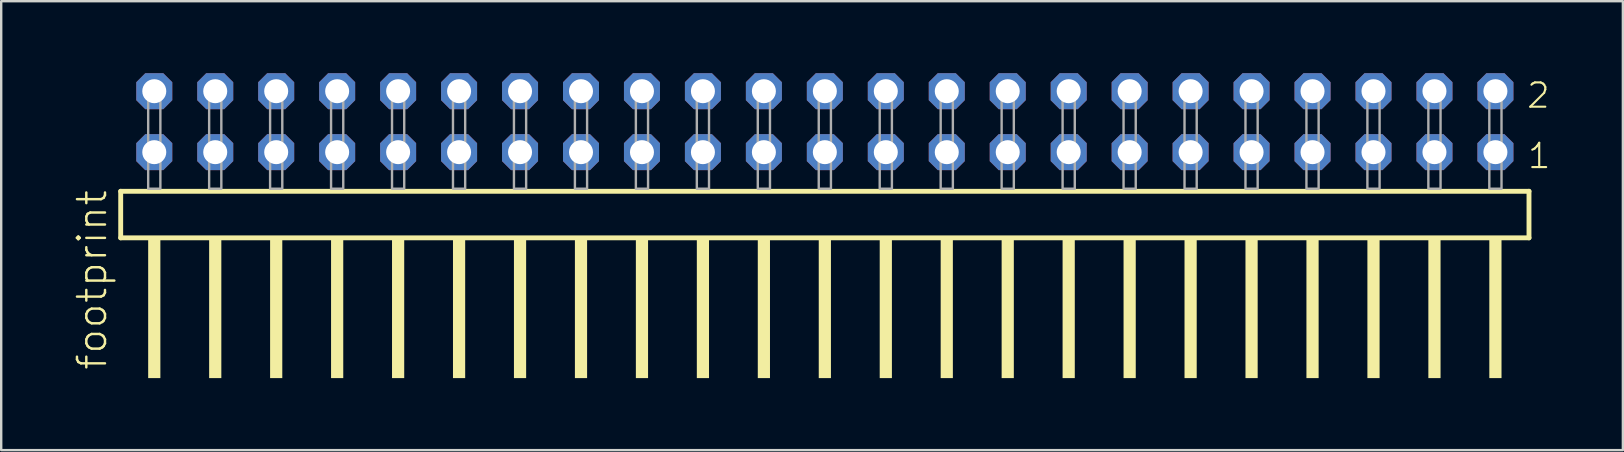
<source format=kicad_pcb>
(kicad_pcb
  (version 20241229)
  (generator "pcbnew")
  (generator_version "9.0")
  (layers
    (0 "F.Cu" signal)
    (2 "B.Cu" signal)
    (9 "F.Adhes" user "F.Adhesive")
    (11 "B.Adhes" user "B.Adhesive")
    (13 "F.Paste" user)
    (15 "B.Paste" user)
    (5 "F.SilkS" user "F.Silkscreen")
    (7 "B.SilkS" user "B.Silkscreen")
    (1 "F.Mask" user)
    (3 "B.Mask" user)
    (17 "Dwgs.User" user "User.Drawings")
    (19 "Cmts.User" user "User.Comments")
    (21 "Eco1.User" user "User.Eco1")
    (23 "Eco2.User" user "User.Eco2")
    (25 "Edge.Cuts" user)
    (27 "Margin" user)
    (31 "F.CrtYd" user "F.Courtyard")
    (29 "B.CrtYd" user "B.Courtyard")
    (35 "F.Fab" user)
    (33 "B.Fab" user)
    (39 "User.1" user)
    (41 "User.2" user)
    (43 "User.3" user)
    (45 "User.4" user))
  (footprint "footprint"
    (layer "F.Cu")
    (at 31.318 4.814)
    (property "Reference" "footprint" (at -29.845 7.62 90) (layer "F.SilkS") (effects (font (size 1.168 1.168) (thickness 0.102)) (justify left bottom)))
    (fp_line (start -29.339 0.106) (end -29.339 2.046) (stroke (width 0.203) (type solid)) (layer "F.SilkS"))
    (fp_line (start -29.339 2.046) (end 29.339 2.046) (stroke (width 0.203) (type solid)) (layer "F.SilkS"))
    (fp_line (start 29.339 0.106) (end -29.339 0.106) (stroke (width 0.203) (type solid)) (layer "F.SilkS"))
    (fp_line (start 29.339 2.046) (end 29.339 0.106) (stroke (width 0.203) (type solid)) (layer "F.SilkS"))
    (fp_poly (pts (xy -28.194 7.89) (xy -27.686 7.89) (xy -27.686 2.04) (xy -28.194 2.04)) (stroke (width 0) (type solid)) (fill yes) (layer "F.SilkS"))
    (fp_poly (pts (xy -25.654 7.89) (xy -25.146 7.89) (xy -25.146 2.04) (xy -25.654 2.04)) (stroke (width 0) (type solid)) (fill yes) (layer "F.SilkS"))
    (fp_poly (pts (xy -23.114 7.89) (xy -22.606 7.89) (xy -22.606 2.04) (xy -23.114 2.04)) (stroke (width 0) (type solid)) (fill yes) (layer "F.SilkS"))
    (fp_poly (pts (xy -20.574 7.89) (xy -20.066 7.89) (xy -20.066 2.04) (xy -20.574 2.04)) (stroke (width 0) (type solid)) (fill yes) (layer "F.SilkS"))
    (fp_poly (pts (xy -18.034 7.89) (xy -17.526 7.89) (xy -17.526 2.04) (xy -18.034 2.04)) (stroke (width 0) (type solid)) (fill yes) (layer "F.SilkS"))
    (fp_poly (pts (xy -15.494 7.89) (xy -14.986 7.89) (xy -14.986 2.04) (xy -15.494 2.04)) (stroke (width 0) (type solid)) (fill yes) (layer "F.SilkS"))
    (fp_poly (pts (xy -12.954 7.89) (xy -12.446 7.89) (xy -12.446 2.04) (xy -12.954 2.04)) (stroke (width 0) (type solid)) (fill yes) (layer "F.SilkS"))
    (fp_poly (pts (xy -10.414 7.89) (xy -9.906 7.89) (xy -9.906 2.04) (xy -10.414 2.04)) (stroke (width 0) (type solid)) (fill yes) (layer "F.SilkS"))
    (fp_poly (pts (xy -7.874 7.89) (xy -7.366 7.89) (xy -7.366 2.04) (xy -7.874 2.04)) (stroke (width 0) (type solid)) (fill yes) (layer "F.SilkS"))
    (fp_poly (pts (xy -5.334 7.89) (xy -4.826 7.89) (xy -4.826 2.04) (xy -5.334 2.04)) (stroke (width 0) (type solid)) (fill yes) (layer "F.SilkS"))
    (fp_poly (pts (xy -2.794 7.89) (xy -2.286 7.89) (xy -2.286 2.04) (xy -2.794 2.04)) (stroke (width 0) (type solid)) (fill yes) (layer "F.SilkS"))
    (fp_poly (pts (xy -0.254 7.89) (xy 0.254 7.89) (xy 0.254 2.04) (xy -0.254 2.04)) (stroke (width 0) (type solid)) (fill yes) (layer "F.SilkS"))
    (fp_poly (pts (xy 2.286 7.89) (xy 2.794 7.89) (xy 2.794 2.04) (xy 2.286 2.04)) (stroke (width 0) (type solid)) (fill yes) (layer "F.SilkS"))
    (fp_poly (pts (xy 4.826 7.89) (xy 5.334 7.89) (xy 5.334 2.04) (xy 4.826 2.04)) (stroke (width 0) (type solid)) (fill yes) (layer "F.SilkS"))
    (fp_poly (pts (xy 7.366 7.89) (xy 7.874 7.89) (xy 7.874 2.04) (xy 7.366 2.04)) (stroke (width 0) (type solid)) (fill yes) (layer "F.SilkS"))
    (fp_poly (pts (xy 9.906 7.89) (xy 10.414 7.89) (xy 10.414 2.04) (xy 9.906 2.04)) (stroke (width 0) (type solid)) (fill yes) (layer "F.SilkS"))
    (fp_poly (pts (xy 12.446 7.89) (xy 12.954 7.89) (xy 12.954 2.04) (xy 12.446 2.04)) (stroke (width 0) (type solid)) (fill yes) (layer "F.SilkS"))
    (fp_poly (pts (xy 14.986 7.89) (xy 15.494 7.89) (xy 15.494 2.04) (xy 14.986 2.04)) (stroke (width 0) (type solid)) (fill yes) (layer "F.SilkS"))
    (fp_poly (pts (xy 17.526 7.89) (xy 18.034 7.89) (xy 18.034 2.04) (xy 17.526 2.04)) (stroke (width 0) (type solid)) (fill yes) (layer "F.SilkS"))
    (fp_poly (pts (xy 20.066 7.89) (xy 20.574 7.89) (xy 20.574 2.04) (xy 20.066 2.04)) (stroke (width 0) (type solid)) (fill yes) (layer "F.SilkS"))
    (fp_poly (pts (xy 22.606 7.89) (xy 23.114 7.89) (xy 23.114 2.04) (xy 22.606 2.04)) (stroke (width 0) (type solid)) (fill yes) (layer "F.SilkS"))
    (fp_poly (pts (xy 25.146 7.89) (xy 25.654 7.89) (xy 25.654 2.04) (xy 25.146 2.04)) (stroke (width 0) (type solid)) (fill yes) (layer "F.SilkS"))
    (fp_poly (pts (xy 27.686 7.89) (xy 28.194 7.89) (xy 28.194 2.04) (xy 27.686 2.04)) (stroke (width 0) (type solid)) (fill yes) (layer "F.SilkS"))
    (fp_poly (pts (xy -28.194 0) (xy -27.686 0) (xy -27.686 -4.318) (xy -28.194 -4.318)) (stroke (width 0.1) (type solid)) (fill no) (layer "F.Fab"))
    (fp_poly (pts (xy -25.654 0) (xy -25.146 0) (xy -25.146 -4.318) (xy -25.654 -4.318)) (stroke (width 0.1) (type solid)) (fill no) (layer "F.Fab"))
    (fp_poly (pts (xy -23.114 0) (xy -22.606 0) (xy -22.606 -4.318) (xy -23.114 -4.318)) (stroke (width 0.1) (type solid)) (fill no) (layer "F.Fab"))
    (fp_poly (pts (xy -20.574 0) (xy -20.066 0) (xy -20.066 -4.318) (xy -20.574 -4.318)) (stroke (width 0.1) (type solid)) (fill no) (layer "F.Fab"))
    (fp_poly (pts (xy -18.034 0) (xy -17.526 0) (xy -17.526 -4.318) (xy -18.034 -4.318)) (stroke (width 0.1) (type solid)) (fill no) (layer "F.Fab"))
    (fp_poly (pts (xy -15.494 0) (xy -14.986 0) (xy -14.986 -4.318) (xy -15.494 -4.318)) (stroke (width 0.1) (type solid)) (fill no) (layer "F.Fab"))
    (fp_poly (pts (xy -12.954 0) (xy -12.446 0) (xy -12.446 -4.318) (xy -12.954 -4.318)) (stroke (width 0.1) (type solid)) (fill no) (layer "F.Fab"))
    (fp_poly (pts (xy -10.414 0) (xy -9.906 0) (xy -9.906 -4.318) (xy -10.414 -4.318)) (stroke (width 0.1) (type solid)) (fill no) (layer "F.Fab"))
    (fp_poly (pts (xy -7.874 0) (xy -7.366 0) (xy -7.366 -4.318) (xy -7.874 -4.318)) (stroke (width 0.1) (type solid)) (fill no) (layer "F.Fab"))
    (fp_poly (pts (xy -5.334 0) (xy -4.826 0) (xy -4.826 -4.318) (xy -5.334 -4.318)) (stroke (width 0.1) (type solid)) (fill no) (layer "F.Fab"))
    (fp_poly (pts (xy -2.794 0) (xy -2.286 0) (xy -2.286 -4.318) (xy -2.794 -4.318)) (stroke (width 0.1) (type solid)) (fill no) (layer "F.Fab"))
    (fp_poly (pts (xy -0.254 0) (xy 0.254 0) (xy 0.254 -4.318) (xy -0.254 -4.318)) (stroke (width 0.1) (type solid)) (fill no) (layer "F.Fab"))
    (fp_poly (pts (xy 2.286 0) (xy 2.794 0) (xy 2.794 -4.318) (xy 2.286 -4.318)) (stroke (width 0.1) (type solid)) (fill no) (layer "F.Fab"))
    (fp_poly (pts (xy 4.826 0) (xy 5.334 0) (xy 5.334 -4.318) (xy 4.826 -4.318)) (stroke (width 0.1) (type solid)) (fill no) (layer "F.Fab"))
    (fp_poly (pts (xy 7.366 0) (xy 7.874 0) (xy 7.874 -4.318) (xy 7.366 -4.318)) (stroke (width 0.1) (type solid)) (fill no) (layer "F.Fab"))
    (fp_poly (pts (xy 9.906 0) (xy 10.414 0) (xy 10.414 -4.318) (xy 9.906 -4.318)) (stroke (width 0.1) (type solid)) (fill no) (layer "F.Fab"))
    (fp_poly (pts (xy 12.446 0) (xy 12.954 0) (xy 12.954 -4.318) (xy 12.446 -4.318)) (stroke (width 0.1) (type solid)) (fill no) (layer "F.Fab"))
    (fp_poly (pts (xy 14.986 0) (xy 15.494 0) (xy 15.494 -4.318) (xy 14.986 -4.318)) (stroke (width 0.1) (type solid)) (fill no) (layer "F.Fab"))
    (fp_poly (pts (xy 17.526 0) (xy 18.034 0) (xy 18.034 -4.318) (xy 17.526 -4.318)) (stroke (width 0.1) (type solid)) (fill no) (layer "F.Fab"))
    (fp_poly (pts (xy 20.066 0) (xy 20.574 0) (xy 20.574 -4.318) (xy 20.066 -4.318)) (stroke (width 0.1) (type solid)) (fill no) (layer "F.Fab"))
    (fp_poly (pts (xy 22.606 0) (xy 23.114 0) (xy 23.114 -4.318) (xy 22.606 -4.318)) (stroke (width 0.1) (type solid)) (fill no) (layer "F.Fab"))
    (fp_poly (pts (xy 25.146 0) (xy 25.654 0) (xy 25.654 -4.318) (xy 25.146 -4.318)) (stroke (width 0.1) (type solid)) (fill no) (layer "F.Fab"))
    (fp_poly (pts (xy 27.686 0) (xy 28.194 0) (xy 28.194 -4.318) (xy 27.686 -4.318)) (stroke (width 0.1) (type solid)) (fill no) (layer "F.Fab"))
    (fp_text user "1" (at 29.225 -0.775 0) (layer "F.SilkS") (effects (font (size 1.012 1.012) (thickness 0.088)) (justify left bottom)))
    (fp_text user "2" (at 29.19 -3.29 0) (layer "F.SilkS") (effects (font (size 1.012 1.012) (thickness 0.088)) (justify left bottom)))
    (pad "1" thru_hole roundrect (at 27.94 -1.524 180) (size 1.5 1.5) (drill 1) (layers "*.Cu" "*.Mask") (roundrect_rratio 0.25) (chamfer_ratio 0.25) (chamfer top_left top_right bottom_left bottom_right))
    (pad "2" thru_hole roundrect (at 27.94 -4.064 180) (size 1.5 1.5) (drill 1) (layers "*.Cu" "*.Mask") (roundrect_rratio 0.25) (chamfer_ratio 0.25) (chamfer top_left top_right bottom_left bottom_right))
    (pad "3" thru_hole roundrect (at 25.4 -1.524 180) (size 1.5 1.5) (drill 1) (layers "*.Cu" "*.Mask") (roundrect_rratio 0.25) (chamfer_ratio 0.25) (chamfer top_left top_right bottom_left bottom_right))
    (pad "4" thru_hole roundrect (at 25.4 -4.064 180) (size 1.5 1.5) (drill 1) (layers "*.Cu" "*.Mask") (roundrect_rratio 0.25) (chamfer_ratio 0.25) (chamfer top_left top_right bottom_left bottom_right))
    (pad "5" thru_hole roundrect (at 22.86 -1.524 180) (size 1.5 1.5) (drill 1) (layers "*.Cu" "*.Mask") (roundrect_rratio 0.25) (chamfer_ratio 0.25) (chamfer top_left top_right bottom_left bottom_right))
    (pad "6" thru_hole roundrect (at 22.86 -4.064 180) (size 1.5 1.5) (drill 1) (layers "*.Cu" "*.Mask") (roundrect_rratio 0.25) (chamfer_ratio 0.25) (chamfer top_left top_right bottom_left bottom_right))
    (pad "7" thru_hole roundrect (at 20.32 -1.524 180) (size 1.5 1.5) (drill 1) (layers "*.Cu" "*.Mask") (roundrect_rratio 0.25) (chamfer_ratio 0.25) (chamfer top_left top_right bottom_left bottom_right))
    (pad "8" thru_hole roundrect (at 20.32 -4.064 180) (size 1.5 1.5) (drill 1) (layers "*.Cu" "*.Mask") (roundrect_rratio 0.25) (chamfer_ratio 0.25) (chamfer top_left top_right bottom_left bottom_right))
    (pad "9" thru_hole roundrect (at 17.78 -1.524 180) (size 1.5 1.5) (drill 1) (layers "*.Cu" "*.Mask") (roundrect_rratio 0.25) (chamfer_ratio 0.25) (chamfer top_left top_right bottom_left bottom_right))
    (pad "10" thru_hole roundrect (at 17.78 -4.064 180) (size 1.5 1.5) (drill 1) (layers "*.Cu" "*.Mask") (roundrect_rratio 0.25) (chamfer_ratio 0.25) (chamfer top_left top_right bottom_left bottom_right))
    (pad "11" thru_hole roundrect (at 15.24 -1.524 180) (size 1.5 1.5) (drill 1) (layers "*.Cu" "*.Mask") (roundrect_rratio 0.25) (chamfer_ratio 0.25) (chamfer top_left top_right bottom_left bottom_right))
    (pad "12" thru_hole roundrect (at 15.24 -4.064 180) (size 1.5 1.5) (drill 1) (layers "*.Cu" "*.Mask") (roundrect_rratio 0.25) (chamfer_ratio 0.25) (chamfer top_left top_right bottom_left bottom_right))
    (pad "13" thru_hole roundrect (at 12.7 -1.524 180) (size 1.5 1.5) (drill 1) (layers "*.Cu" "*.Mask") (roundrect_rratio 0.25) (chamfer_ratio 0.25) (chamfer top_left top_right bottom_left bottom_right))
    (pad "14" thru_hole roundrect (at 12.7 -4.064 180) (size 1.5 1.5) (drill 1) (layers "*.Cu" "*.Mask") (roundrect_rratio 0.25) (chamfer_ratio 0.25) (chamfer top_left top_right bottom_left bottom_right))
    (pad "15" thru_hole roundrect (at 10.16 -1.524 180) (size 1.5 1.5) (drill 1) (layers "*.Cu" "*.Mask") (roundrect_rratio 0.25) (chamfer_ratio 0.25) (chamfer top_left top_right bottom_left bottom_right))
    (pad "16" thru_hole roundrect (at 10.16 -4.064 180) (size 1.5 1.5) (drill 1) (layers "*.Cu" "*.Mask") (roundrect_rratio 0.25) (chamfer_ratio 0.25) (chamfer top_left top_right bottom_left bottom_right))
    (pad "17" thru_hole roundrect (at 7.62 -1.524 180) (size 1.5 1.5) (drill 1) (layers "*.Cu" "*.Mask") (roundrect_rratio 0.25) (chamfer_ratio 0.25) (chamfer top_left top_right bottom_left bottom_right))
    (pad "18" thru_hole roundrect (at 7.62 -4.064 180) (size 1.5 1.5) (drill 1) (layers "*.Cu" "*.Mask") (roundrect_rratio 0.25) (chamfer_ratio 0.25) (chamfer top_left top_right bottom_left bottom_right))
    (pad "19" thru_hole roundrect (at 5.08 -1.524 180) (size 1.5 1.5) (drill 1) (layers "*.Cu" "*.Mask") (roundrect_rratio 0.25) (chamfer_ratio 0.25) (chamfer top_left top_right bottom_left bottom_right))
    (pad "20" thru_hole roundrect (at 5.08 -4.064 180) (size 1.5 1.5) (drill 1) (layers "*.Cu" "*.Mask") (roundrect_rratio 0.25) (chamfer_ratio 0.25) (chamfer top_left top_right bottom_left bottom_right))
    (pad "21" thru_hole roundrect (at 2.54 -1.524 180) (size 1.5 1.5) (drill 1) (layers "*.Cu" "*.Mask") (roundrect_rratio 0.25) (chamfer_ratio 0.25) (chamfer top_left top_right bottom_left bottom_right))
    (pad "22" thru_hole roundrect (at 2.54 -4.064 180) (size 1.5 1.5) (drill 1) (layers "*.Cu" "*.Mask") (roundrect_rratio 0.25) (chamfer_ratio 0.25) (chamfer top_left top_right bottom_left bottom_right))
    (pad "23" thru_hole roundrect (at 0 -1.524 180) (size 1.5 1.5) (drill 1) (layers "*.Cu" "*.Mask") (roundrect_rratio 0.25) (chamfer_ratio 0.25) (chamfer top_left top_right bottom_left bottom_right))
    (pad "24" thru_hole roundrect (at 0 -4.064 180) (size 1.5 1.5) (drill 1) (layers "*.Cu" "*.Mask") (roundrect_rratio 0.25) (chamfer_ratio 0.25) (chamfer top_left top_right bottom_left bottom_right))
    (pad "25" thru_hole roundrect (at -2.54 -1.524 180) (size 1.5 1.5) (drill 1) (layers "*.Cu" "*.Mask") (roundrect_rratio 0.25) (chamfer_ratio 0.25) (chamfer top_left top_right bottom_left bottom_right))
    (pad "26" thru_hole roundrect (at -2.54 -4.064 180) (size 1.5 1.5) (drill 1) (layers "*.Cu" "*.Mask") (roundrect_rratio 0.25) (chamfer_ratio 0.25) (chamfer top_left top_right bottom_left bottom_right))
    (pad "27" thru_hole roundrect (at -5.08 -1.524 180) (size 1.5 1.5) (drill 1) (layers "*.Cu" "*.Mask") (roundrect_rratio 0.25) (chamfer_ratio 0.25) (chamfer top_left top_right bottom_left bottom_right))
    (pad "28" thru_hole roundrect (at -5.08 -4.064 180) (size 1.5 1.5) (drill 1) (layers "*.Cu" "*.Mask") (roundrect_rratio 0.25) (chamfer_ratio 0.25) (chamfer top_left top_right bottom_left bottom_right))
    (pad "29" thru_hole roundrect (at -7.62 -1.524 180) (size 1.5 1.5) (drill 1) (layers "*.Cu" "*.Mask") (roundrect_rratio 0.25) (chamfer_ratio 0.25) (chamfer top_left top_right bottom_left bottom_right))
    (pad "30" thru_hole roundrect (at -7.62 -4.064 180) (size 1.5 1.5) (drill 1) (layers "*.Cu" "*.Mask") (roundrect_rratio 0.25) (chamfer_ratio 0.25) (chamfer top_left top_right bottom_left bottom_right))
    (pad "31" thru_hole roundrect (at -10.16 -1.524 180) (size 1.5 1.5) (drill 1) (layers "*.Cu" "*.Mask") (roundrect_rratio 0.25) (chamfer_ratio 0.25) (chamfer top_left top_right bottom_left bottom_right))
    (pad "32" thru_hole roundrect (at -10.16 -4.064 180) (size 1.5 1.5) (drill 1) (layers "*.Cu" "*.Mask") (roundrect_rratio 0.25) (chamfer_ratio 0.25) (chamfer top_left top_right bottom_left bottom_right))
    (pad "33" thru_hole roundrect (at -12.7 -1.524 180) (size 1.5 1.5) (drill 1) (layers "*.Cu" "*.Mask") (roundrect_rratio 0.25) (chamfer_ratio 0.25) (chamfer top_left top_right bottom_left bottom_right))
    (pad "34" thru_hole roundrect (at -12.7 -4.064 180) (size 1.5 1.5) (drill 1) (layers "*.Cu" "*.Mask") (roundrect_rratio 0.25) (chamfer_ratio 0.25) (chamfer top_left top_right bottom_left bottom_right))
    (pad "35" thru_hole roundrect (at -15.24 -1.524 180) (size 1.5 1.5) (drill 1) (layers "*.Cu" "*.Mask") (roundrect_rratio 0.25) (chamfer_ratio 0.25) (chamfer top_left top_right bottom_left bottom_right))
    (pad "36" thru_hole roundrect (at -15.24 -4.064 180) (size 1.5 1.5) (drill 1) (layers "*.Cu" "*.Mask") (roundrect_rratio 0.25) (chamfer_ratio 0.25) (chamfer top_left top_right bottom_left bottom_right))
    (pad "37" thru_hole roundrect (at -17.78 -1.524 180) (size 1.5 1.5) (drill 1) (layers "*.Cu" "*.Mask") (roundrect_rratio 0.25) (chamfer_ratio 0.25) (chamfer top_left top_right bottom_left bottom_right))
    (pad "38" thru_hole roundrect (at -17.78 -4.064 180) (size 1.5 1.5) (drill 1) (layers "*.Cu" "*.Mask") (roundrect_rratio 0.25) (chamfer_ratio 0.25) (chamfer top_left top_right bottom_left bottom_right))
    (pad "39" thru_hole roundrect (at -20.32 -1.524 180) (size 1.5 1.5) (drill 1) (layers "*.Cu" "*.Mask") (roundrect_rratio 0.25) (chamfer_ratio 0.25) (chamfer top_left top_right bottom_left bottom_right))
    (pad "40" thru_hole roundrect (at -20.32 -4.064 180) (size 1.5 1.5) (drill 1) (layers "*.Cu" "*.Mask") (roundrect_rratio 0.25) (chamfer_ratio 0.25) (chamfer top_left top_right bottom_left bottom_right))
    (pad "41" thru_hole roundrect (at -22.86 -1.524 180) (size 1.5 1.5) (drill 1) (layers "*.Cu" "*.Mask") (roundrect_rratio 0.25) (chamfer_ratio 0.25) (chamfer top_left top_right bottom_left bottom_right))
    (pad "42" thru_hole roundrect (at -22.86 -4.064 180) (size 1.5 1.5) (drill 1) (layers "*.Cu" "*.Mask") (roundrect_rratio 0.25) (chamfer_ratio 0.25) (chamfer top_left top_right bottom_left bottom_right))
    (pad "43" thru_hole roundrect (at -25.4 -1.524 180) (size 1.5 1.5) (drill 1) (layers "*.Cu" "*.Mask") (roundrect_rratio 0.25) (chamfer_ratio 0.25) (chamfer top_left top_right bottom_left bottom_right))
    (pad "44" thru_hole roundrect (at -25.4 -4.064 180) (size 1.5 1.5) (drill 1) (layers "*.Cu" "*.Mask") (roundrect_rratio 0.25) (chamfer_ratio 0.25) (chamfer top_left top_right bottom_left bottom_right))
    (pad "45" thru_hole roundrect (at -27.94 -1.524 180) (size 1.5 1.5) (drill 1) (layers "*.Cu" "*.Mask") (roundrect_rratio 0.25) (chamfer_ratio 0.25) (chamfer top_left top_right bottom_left bottom_right))
    (pad "46" thru_hole roundrect (at -27.94 -4.064 180) (size 1.5 1.5) (drill 1) (layers "*.Cu" "*.Mask") (roundrect_rratio 0.25) (chamfer_ratio 0.25) (chamfer top_left top_right bottom_left bottom_right)))
  (gr_rect
    (start -3 -3)
    (end 64.569 15.704)
    (stroke (width 0.1) (type default))
    (fill no)
    (layer "Edge.Cuts")))
</source>
